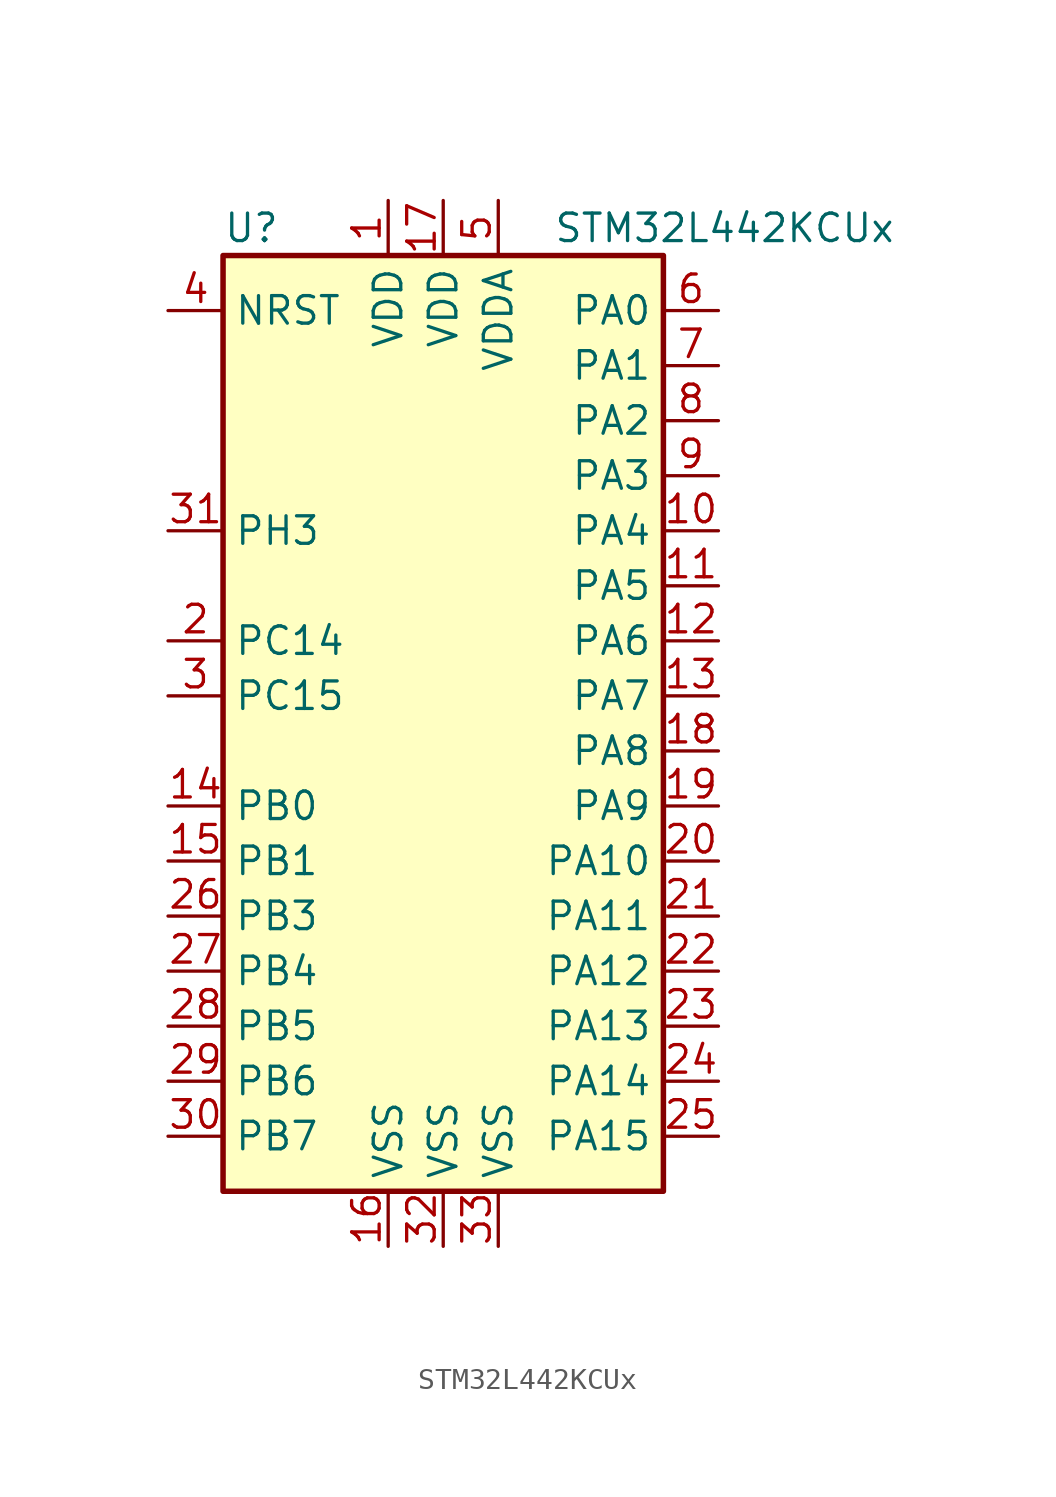
<source format=kicad_sym>
(kicad_symbol_lib
  (version 20201005)
  (generator kicad_symbol_editor)
  (symbol "STM32L442KCUx"
    (property "Reference" "U"
      (at -10.16 21.59 0)
      (effects (font (size 1.27 1.27)) (justify left)))
    (property "Value" "STM32L442KCUx"
      (at 5.08 21.59 0)
      (effects (font (size 1.27 1.27)) (justify left)))
    (symbol "STM32L442KCUx_0_1"
      (rectangle (start -10.16 -22.86) (end 10.16 20.32) (stroke (width 0.254)) (fill (type background))))
    (symbol "STM32L442KCUx_1_1"
      (pin power_in line (at -2.54 22.86 270) (length 2.54) (name "VDD" (effects (font (size 1.27 1.27)))) (number "1" (effects (font (size 1.27 1.27)))))
      (pin bidirectional line (at 12.7 7.62 180) (length 2.54) (name "PA4" (effects (font (size 1.27 1.27)))) (number "10" (effects (font (size 1.27 1.27)))))
      (pin bidirectional line (at 12.7 5.08 180) (length 2.54) (name "PA5" (effects (font (size 1.27 1.27)))) (number "11" (effects (font (size 1.27 1.27)))))
      (pin bidirectional line (at 12.7 2.54 180) (length 2.54) (name "PA6" (effects (font (size 1.27 1.27)))) (number "12" (effects (font (size 1.27 1.27)))))
      (pin bidirectional line (at 12.7 0 180) (length 2.54) (name "PA7" (effects (font (size 1.27 1.27)))) (number "13" (effects (font (size 1.27 1.27)))))
      (pin bidirectional line (at -12.7 -5.08 0) (length 2.54) (name "PB0" (effects (font (size 1.27 1.27)))) (number "14" (effects (font (size 1.27 1.27)))))
      (pin bidirectional line (at -12.7 -7.62 0) (length 2.54) (name "PB1" (effects (font (size 1.27 1.27)))) (number "15" (effects (font (size 1.27 1.27)))))
      (pin power_in line (at -2.54 -25.4 90) (length 2.54) (name "VSS" (effects (font (size 1.27 1.27)))) (number "16" (effects (font (size 1.27 1.27)))))
      (pin power_in line (at 0 22.86 270) (length 2.54) (name "VDD" (effects (font (size 1.27 1.27)))) (number "17" (effects (font (size 1.27 1.27)))))
      (pin bidirectional line (at 12.7 -2.54 180) (length 2.54) (name "PA8" (effects (font (size 1.27 1.27)))) (number "18" (effects (font (size 1.27 1.27)))))
      (pin bidirectional line (at 12.7 -5.08 180) (length 2.54) (name "PA9" (effects (font (size 1.27 1.27)))) (number "19" (effects (font (size 1.27 1.27)))))
      (pin bidirectional line (at -12.7 2.54 0) (length 2.54) (name "PC14" (effects (font (size 1.27 1.27)))) (number "2" (effects (font (size 1.27 1.27)))))
      (pin bidirectional line (at 12.7 -7.62 180) (length 2.54) (name "PA10" (effects (font (size 1.27 1.27)))) (number "20" (effects (font (size 1.27 1.27)))))
      (pin bidirectional line (at 12.7 -10.16 180) (length 2.54) (name "PA11" (effects (font (size 1.27 1.27)))) (number "21" (effects (font (size 1.27 1.27)))))
      (pin bidirectional line (at 12.7 -12.7 180) (length 2.54) (name "PA12" (effects (font (size 1.27 1.27)))) (number "22" (effects (font (size 1.27 1.27)))))
      (pin bidirectional line (at 12.7 -15.24 180) (length 2.54) (name "PA13" (effects (font (size 1.27 1.27)))) (number "23" (effects (font (size 1.27 1.27)))))
      (pin bidirectional line (at 12.7 -17.78 180) (length 2.54) (name "PA14" (effects (font (size 1.27 1.27)))) (number "24" (effects (font (size 1.27 1.27)))))
      (pin bidirectional line (at 12.7 -20.32 180) (length 2.54) (name "PA15" (effects (font (size 1.27 1.27)))) (number "25" (effects (font (size 1.27 1.27)))))
      (pin bidirectional line (at -12.7 -10.16 0) (length 2.54) (name "PB3" (effects (font (size 1.27 1.27)))) (number "26" (effects (font (size 1.27 1.27)))))
      (pin bidirectional line (at -12.7 -12.7 0) (length 2.54) (name "PB4" (effects (font (size 1.27 1.27)))) (number "27" (effects (font (size 1.27 1.27)))))
      (pin bidirectional line (at -12.7 -15.24 0) (length 2.54) (name "PB5" (effects (font (size 1.27 1.27)))) (number "28" (effects (font (size 1.27 1.27)))))
      (pin bidirectional line (at -12.7 -17.78 0) (length 2.54) (name "PB6" (effects (font (size 1.27 1.27)))) (number "29" (effects (font (size 1.27 1.27)))))
      (pin bidirectional line (at -12.7 0 0) (length 2.54) (name "PC15" (effects (font (size 1.27 1.27)))) (number "3" (effects (font (size 1.27 1.27)))))
      (pin bidirectional line (at -12.7 -20.32 0) (length 2.54) (name "PB7" (effects (font (size 1.27 1.27)))) (number "30" (effects (font (size 1.27 1.27)))))
      (pin bidirectional line (at -12.7 7.62 0) (length 2.54) (name "PH3" (effects (font (size 1.27 1.27)))) (number "31" (effects (font (size 1.27 1.27)))))
      (pin power_in line (at 0 -25.4 90) (length 2.54) (name "VSS" (effects (font (size 1.27 1.27)))) (number "32" (effects (font (size 1.27 1.27)))))
      (pin power_in line (at 2.54 -25.4 90) (length 2.54) (name "VSS" (effects (font (size 1.27 1.27)))) (number "33" (effects (font (size 1.27 1.27)))))
      (pin input line (at -12.7 17.78 0) (length 2.54) (name "NRST" (effects (font (size 1.27 1.27)))) (number "4" (effects (font (size 1.27 1.27)))))
      (pin power_in line (at 2.54 22.86 270) (length 2.54) (name "VDDA" (effects (font (size 1.27 1.27)))) (number "5" (effects (font (size 1.27 1.27)))))
      (pin bidirectional line (at 12.7 17.78 180) (length 2.54) (name "PA0" (effects (font (size 1.27 1.27)))) (number "6" (effects (font (size 1.27 1.27)))))
      (pin bidirectional line (at 12.7 15.24 180) (length 2.54) (name "PA1" (effects (font (size 1.27 1.27)))) (number "7" (effects (font (size 1.27 1.27)))))
      (pin bidirectional line (at 12.7 12.7 180) (length 2.54) (name "PA2" (effects (font (size 1.27 1.27)))) (number "8" (effects (font (size 1.27 1.27)))))
      (pin bidirectional line (at 12.7 10.16 180) (length 2.54) (name "PA3" (effects (font (size 1.27 1.27)))) (number "9" (effects (font (size 1.27 1.27))))))))
</source>
